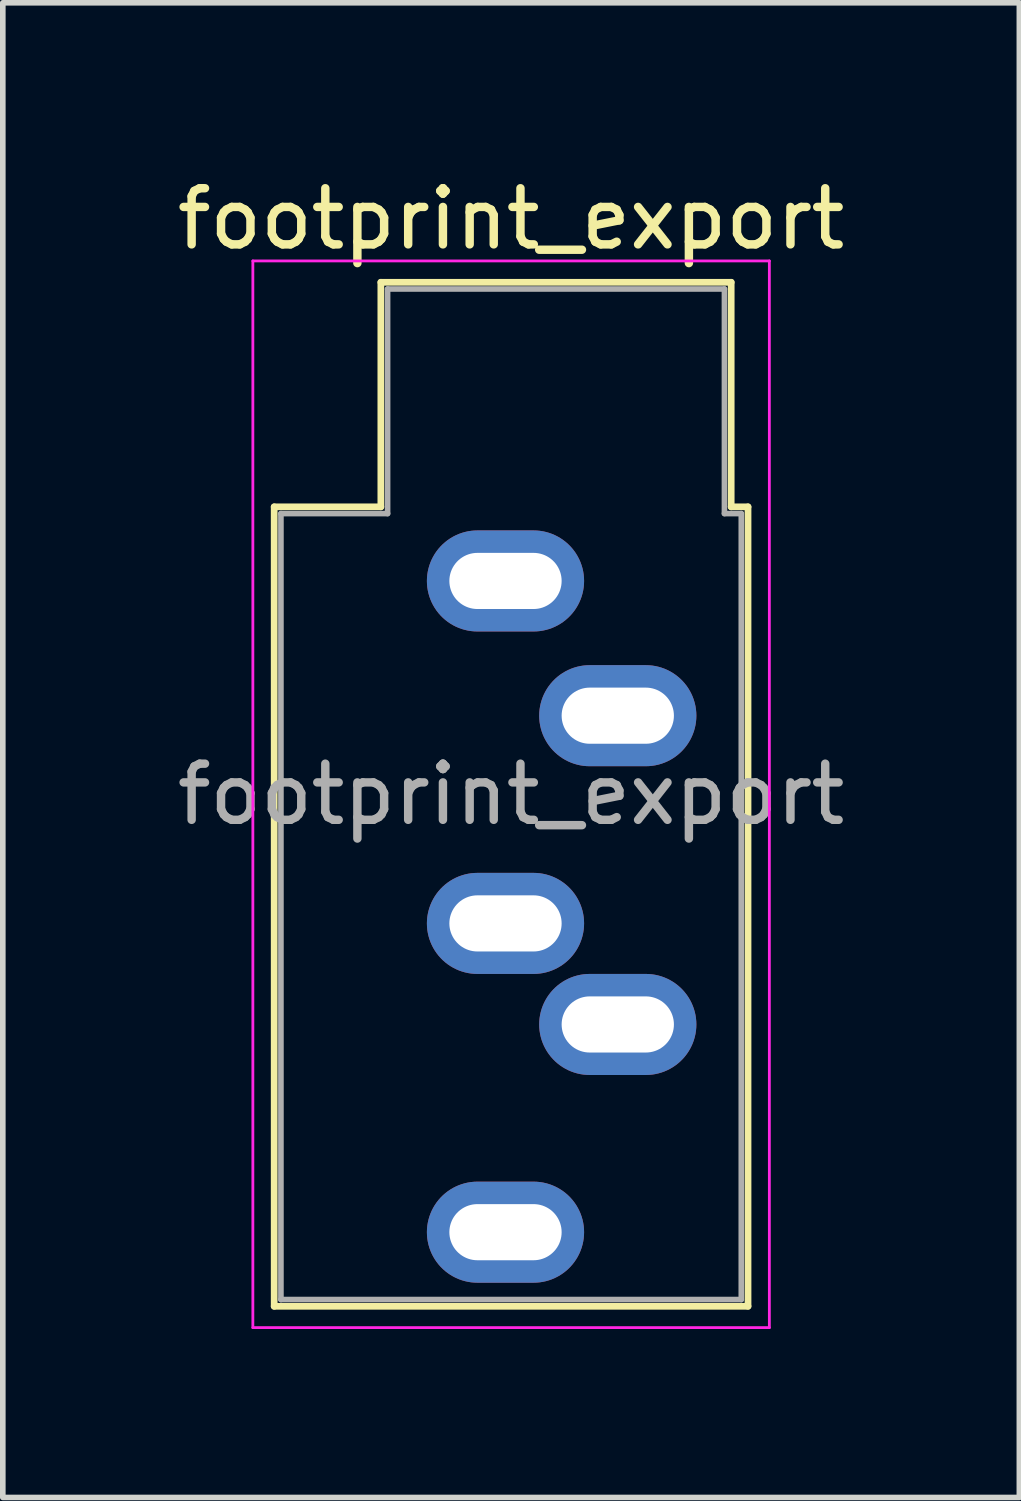
<source format=kicad_pcb>
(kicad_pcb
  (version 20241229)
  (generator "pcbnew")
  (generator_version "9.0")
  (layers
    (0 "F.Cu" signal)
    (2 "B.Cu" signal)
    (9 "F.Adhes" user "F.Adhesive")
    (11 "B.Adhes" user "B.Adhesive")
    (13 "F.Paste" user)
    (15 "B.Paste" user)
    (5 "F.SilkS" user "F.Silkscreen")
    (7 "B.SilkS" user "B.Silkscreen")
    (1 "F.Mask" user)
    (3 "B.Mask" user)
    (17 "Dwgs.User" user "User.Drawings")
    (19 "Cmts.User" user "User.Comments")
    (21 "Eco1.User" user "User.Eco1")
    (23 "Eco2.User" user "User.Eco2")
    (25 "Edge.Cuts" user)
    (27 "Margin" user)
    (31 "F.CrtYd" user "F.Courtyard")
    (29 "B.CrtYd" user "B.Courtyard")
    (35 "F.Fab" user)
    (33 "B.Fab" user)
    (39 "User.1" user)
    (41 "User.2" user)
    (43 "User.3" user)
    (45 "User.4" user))
  (footprint "footprint_export"
    (layer "F.Cu")
    (at 5.954 7.298)
    (property "Reference" "footprint_export" (at 0.1 -6.45 0) (layer "F.SilkS") (effects (font (size 1 1) (thickness 0.15))))
    (attr through_hole)
    (fp_line (start -4.12 -1.32) (end -2.22 -1.32) (stroke (width 0.12) (type solid)) (layer "F.SilkS"))
    (fp_line (start -4.12 12.92) (end -4.12 -1.32) (stroke (width 0.12) (type solid)) (layer "F.SilkS"))
    (fp_line (start -2.22 -5.32) (end 4.02 -5.32) (stroke (width 0.12) (type solid)) (layer "F.SilkS"))
    (fp_line (start -2.22 -1.32) (end -2.22 -5.32) (stroke (width 0.12) (type solid)) (layer "F.SilkS"))
    (fp_line (start 4.02 -5.32) (end 4.02 -1.32) (stroke (width 0.12) (type solid)) (layer "F.SilkS"))
    (fp_line (start 4.02 -1.32) (end 4.32 -1.32) (stroke (width 0.12) (type solid)) (layer "F.SilkS"))
    (fp_line (start 4.32 -1.32) (end 4.32 12.92) (stroke (width 0.12) (type solid)) (layer "F.SilkS"))
    (fp_line (start 4.32 12.92) (end -4.12 12.92) (stroke (width 0.12) (type solid)) (layer "F.SilkS"))
    (fp_line (start -4.5 -5.7) (end -4.5 13.3) (stroke (width 0.05) (type solid)) (layer "F.CrtYd"))
    (fp_line (start -4.5 13.3) (end 4.7 13.3) (stroke (width 0.05) (type solid)) (layer "F.CrtYd"))
    (fp_line (start 4.7 -5.7) (end -4.5 -5.7) (stroke (width 0.05) (type solid)) (layer "F.CrtYd"))
    (fp_line (start 4.7 13.3) (end 4.7 -5.7) (stroke (width 0.05) (type solid)) (layer "F.CrtYd"))
    (fp_line (start -4 -1.2) (end -2.1 -1.2) (stroke (width 0.1) (type solid)) (layer "F.Fab"))
    (fp_line (start -4 12.8) (end -4 -1.2) (stroke (width 0.1) (type solid)) (layer "F.Fab"))
    (fp_line (start -2.1 -5.2) (end 3.9 -5.2) (stroke (width 0.1) (type solid)) (layer "F.Fab"))
    (fp_line (start -2.1 -1.2) (end -2.1 -5.2) (stroke (width 0.1) (type solid)) (layer "F.Fab"))
    (fp_line (start 3.9 -5.2) (end 3.9 -1.2) (stroke (width 0.1) (type solid)) (layer "F.Fab"))
    (fp_line (start 3.9 -1.2) (end 4.2 -1.2) (stroke (width 0.1) (type solid)) (layer "F.Fab"))
    (fp_line (start 4.2 -1.2) (end 4.2 12.8) (stroke (width 0.1) (type solid)) (layer "F.Fab"))
    (fp_line (start 4.2 12.8) (end -4 12.8) (stroke (width 0.1) (type solid)) (layer "F.Fab"))
    (fp_text user "${REFERENCE}" (at 0.1 3.8 0) (layer "F.Fab") (effects (font (size 1 1) (thickness 0.15))))
    (pad "R" thru_hole oval (at 2 7.9) (size 2.8 1.8) (drill oval 2 1) (layers "*.Cu" "*.Mask"))
    (pad "RN" thru_hole oval (at 0 6.1) (size 2.8 1.8) (drill oval 2 1) (layers "*.Cu" "*.Mask"))
    (pad "S" thru_hole oval (at 0 0) (size 2.8 1.8) (drill oval 2 1) (layers "*.Cu" "*.Mask"))
    (pad "T" thru_hole oval (at 2 2.4) (size 2.8 1.8) (drill oval 2 1) (layers "*.Cu" "*.Mask"))
    (pad "TN" thru_hole oval (at 0 11.6) (size 2.8 1.8) (drill oval 2 1) (layers "*.Cu" "*.Mask")))
  (gr_rect
    (start -3 -3)
    (end 15.107 23.623)
    (stroke (width 0.1) (type default))
    (fill no)
    (layer "Edge.Cuts")))
</source>
